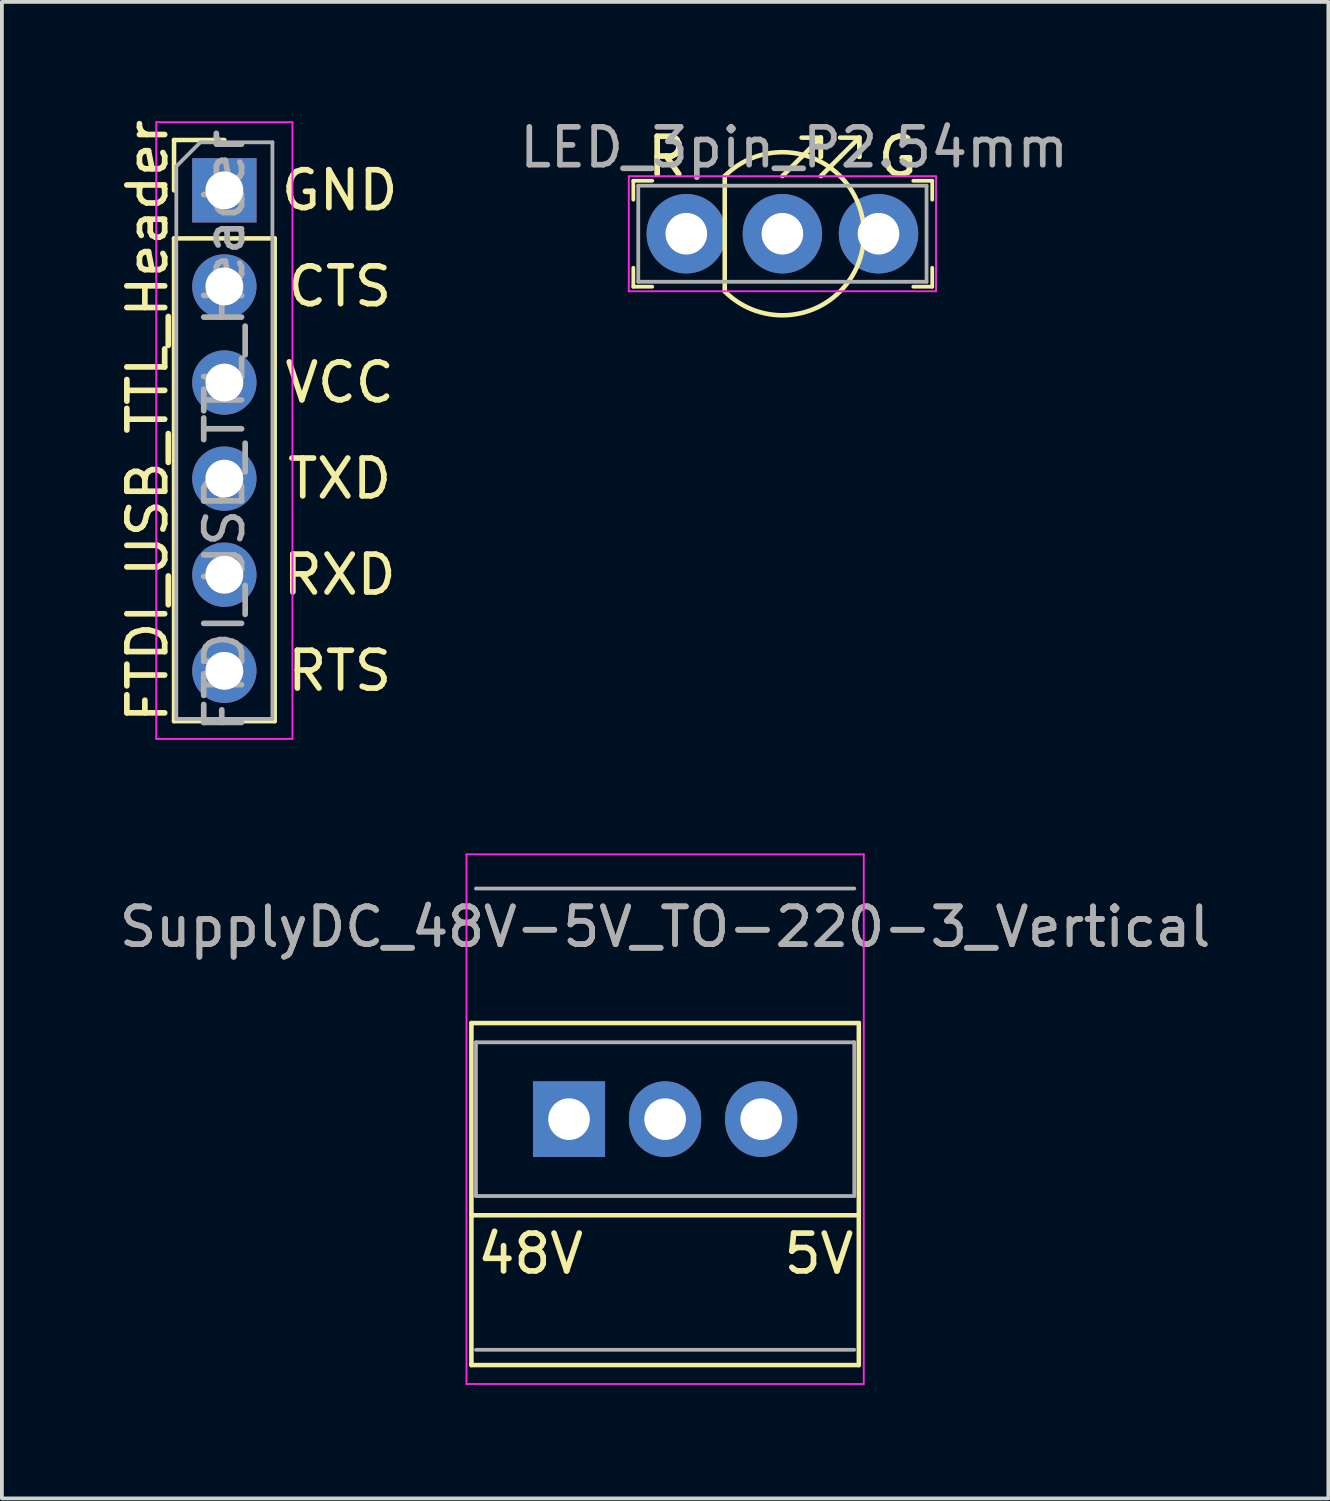
<source format=kicad_pcb>
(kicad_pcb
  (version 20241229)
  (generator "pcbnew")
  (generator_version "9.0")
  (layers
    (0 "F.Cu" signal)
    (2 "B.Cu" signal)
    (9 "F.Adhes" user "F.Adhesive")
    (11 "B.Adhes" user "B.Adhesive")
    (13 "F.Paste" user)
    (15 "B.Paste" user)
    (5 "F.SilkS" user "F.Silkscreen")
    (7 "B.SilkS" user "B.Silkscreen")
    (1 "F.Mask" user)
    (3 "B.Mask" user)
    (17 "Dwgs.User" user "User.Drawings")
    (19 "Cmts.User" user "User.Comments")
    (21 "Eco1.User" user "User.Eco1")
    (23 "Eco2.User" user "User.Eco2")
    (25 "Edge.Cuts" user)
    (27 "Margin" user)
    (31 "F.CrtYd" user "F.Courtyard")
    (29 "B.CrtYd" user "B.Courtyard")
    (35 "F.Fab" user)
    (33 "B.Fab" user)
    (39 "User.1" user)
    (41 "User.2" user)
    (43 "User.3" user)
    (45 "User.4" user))
  (footprint "LED_3pin_P2.54mm"
    (layer "F.Cu")
    (at 15.09 3.128)
    (property "Reference" "LED_3pin_P2.54mm" (at 2.85 -2.28 0) (layer "F.Fab") (effects (font (size 1 1) (thickness 0.15))))
    (attr through_hole)
    (fp_line (start -1.4 -1.4) (end -1.4 -0.9) (stroke (width 0.1) (type solid)) (layer "F.SilkS"))
    (fp_line (start -1.4 -1.4) (end -0.9 -1.4) (stroke (width 0.1) (type solid)) (layer "F.SilkS"))
    (fp_line (start -1.4 1.4) (end -1.4 0.9) (stroke (width 0.1) (type solid)) (layer "F.SilkS"))
    (fp_line (start -1.4 1.4) (end -0.9 1.4) (stroke (width 0.1) (type solid)) (layer "F.SilkS"))
    (fp_line (start 1.016 -1.524) (end 1.016 1.524) (stroke (width 0.12) (type solid)) (layer "F.SilkS"))
    (fp_line (start 3.048 -2.032) (end 2.54 -1.524) (stroke (width 0.12) (type solid)) (layer "F.SilkS"))
    (fp_line (start 3.048 -2.032) (end 3.556 -2.54) (stroke (width 0.12) (type solid)) (layer "F.SilkS"))
    (fp_line (start 3.556 -2.54) (end 3.048 -2.54) (stroke (width 0.12) (type solid)) (layer "F.SilkS"))
    (fp_line (start 3.556 -2.54) (end 3.556 -2.032) (stroke (width 0.12) (type solid)) (layer "F.SilkS"))
    (fp_line (start 3.556 -2.032) (end 3.556 -2.54) (stroke (width 0.12) (type solid)) (layer "F.SilkS"))
    (fp_line (start 4.064 -2.032) (end 3.556 -1.524) (stroke (width 0.12) (type solid)) (layer "F.SilkS"))
    (fp_line (start 4.064 -2.032) (end 4.572 -2.54) (stroke (width 0.12) (type solid)) (layer "F.SilkS"))
    (fp_line (start 4.572 -2.54) (end 4.064 -2.54) (stroke (width 0.12) (type solid)) (layer "F.SilkS"))
    (fp_line (start 4.572 -2.54) (end 4.572 -2.032) (stroke (width 0.12) (type solid)) (layer "F.SilkS"))
    (fp_line (start 4.572 -2.032) (end 4.572 -2.54) (stroke (width 0.12) (type solid)) (layer "F.SilkS"))
    (fp_line (start 6.5 -1.4) (end 6 -1.4) (stroke (width 0.1) (type solid)) (layer "F.SilkS"))
    (fp_line (start 6.5 -1.4) (end 6.5 -0.9) (stroke (width 0.1) (type solid)) (layer "F.SilkS"))
    (fp_line (start 6.5 1.4) (end 6 1.4) (stroke (width 0.1) (type solid)) (layer "F.SilkS"))
    (fp_line (start 6.5 1.4) (end 6.5 0.9) (stroke (width 0.1) (type solid)) (layer "F.SilkS"))
    (fp_arc (start 1.016 -1.524) (mid 4.695261 0) (end 1.016 1.524) (stroke (width 0.12) (type solid)) (layer "F.SilkS"))
    (fp_line (start -1.52 -1.52) (end -1.52 1.52) (stroke (width 0.05) (type solid)) (layer "F.CrtYd"))
    (fp_line (start -1.52 -1.52) (end 6.6 -1.52) (stroke (width 0.05) (type solid)) (layer "F.CrtYd"))
    (fp_line (start -1.52 1.52) (end 6.6 1.52) (stroke (width 0.05) (type solid)) (layer "F.CrtYd"))
    (fp_line (start 6.6 -1.52) (end 6.6 1.52) (stroke (width 0.05) (type solid)) (layer "F.CrtYd"))
    (fp_line (start -1.27 -1.27) (end -1.27 1.27) (stroke (width 0.1) (type solid)) (layer "F.Fab"))
    (fp_line (start -1.27 -1.27) (end 6.35 -1.27) (stroke (width 0.1) (type solid)) (layer "F.Fab"))
    (fp_line (start -1.27 1.27) (end 6.35 1.27) (stroke (width 0.1) (type solid)) (layer "F.Fab"))
    (fp_line (start 6.35 -1.27) (end 6.35 1.27) (stroke (width 0.1) (type solid)) (layer "F.Fab"))
    (fp_text user "R" (at -0.508 -2.032 0) (unlocked yes) (layer "F.SilkS") (effects (font (size 1 1) (thickness 0.15))))
    (fp_text user "G" (at 5.588 -2.032 0) (unlocked yes) (layer "F.SilkS") (effects (font (size 1 1) (thickness 0.15))))
    (pad "1" thru_hole circle (at 0 0) (size 2.1 2.1) (drill 1.1) (layers "*.Cu" "*.Mask"))
    (pad "2" thru_hole circle (at 2.54 0) (size 2.1 2.1) (drill 1.1) (layers "*.Cu" "*.Mask"))
    (pad "3" thru_hole circle (at 5.08 0) (size 2.1 2.1) (drill 1.1) (layers "*.Cu" "*.Mask")))
  (footprint "FTDI_USB_TTL_Header"
    (layer "F.Cu")
    (at 2.88 1.981)
    (property "Reference" "FTDI_USB_TTL_Header" (at -2.032 6.096 90) (layer "F.SilkS") (effects (font (size 1 1) (thickness 0.15))))
    (attr through_hole)
    (fp_line (start -1.33 -1.33) (end 0 -1.33) (stroke (width 0.12) (type solid)) (layer "F.SilkS"))
    (fp_line (start -1.33 0) (end -1.33 -1.33) (stroke (width 0.12) (type solid)) (layer "F.SilkS"))
    (fp_line (start -1.33 1.27) (end -1.33 14.03) (stroke (width 0.12) (type solid)) (layer "F.SilkS"))
    (fp_line (start -1.33 1.27) (end 1.33 1.27) (stroke (width 0.12) (type solid)) (layer "F.SilkS"))
    (fp_line (start -1.33 14.03) (end 1.33 14.03) (stroke (width 0.12) (type solid)) (layer "F.SilkS"))
    (fp_line (start 1.33 1.27) (end 1.33 14.03) (stroke (width 0.12) (type solid)) (layer "F.SilkS"))
    (fp_line (start -1.8 -1.8) (end -1.8 14.5) (stroke (width 0.05) (type solid)) (layer "F.CrtYd"))
    (fp_line (start -1.8 14.5) (end 1.8 14.5) (stroke (width 0.05) (type solid)) (layer "F.CrtYd"))
    (fp_line (start 1.8 -1.8) (end -1.8 -1.8) (stroke (width 0.05) (type solid)) (layer "F.CrtYd"))
    (fp_line (start 1.8 14.5) (end 1.8 -1.8) (stroke (width 0.05) (type solid)) (layer "F.CrtYd"))
    (fp_line (start -1.27 -0.635) (end -0.635 -1.27) (stroke (width 0.1) (type solid)) (layer "F.Fab"))
    (fp_line (start -1.27 13.97) (end -1.27 -0.635) (stroke (width 0.1) (type solid)) (layer "F.Fab"))
    (fp_line (start -0.635 -1.27) (end 1.27 -1.27) (stroke (width 0.1) (type solid)) (layer "F.Fab"))
    (fp_line (start 1.27 -1.27) (end 1.27 13.97) (stroke (width 0.1) (type solid)) (layer "F.Fab"))
    (fp_line (start 1.27 13.97) (end -1.27 13.97) (stroke (width 0.1) (type solid)) (layer "F.Fab"))
    (fp_text user "CTS" (at 3.048 2.54 0) (unlocked yes) (layer "F.SilkS") (effects (font (size 1 1) (thickness 0.15))))
    (fp_text user "RTS" (at 3.048 12.7 0) (unlocked yes) (layer "F.SilkS") (effects (font (size 1 1) (thickness 0.15))))
    (fp_text user "TXD" (at 3.048 7.62 0) (unlocked yes) (layer "F.SilkS") (effects (font (size 1 1) (thickness 0.15))))
    (fp_text user "VCC" (at 3.048 5.08 0) (unlocked yes) (layer "F.SilkS") (effects (font (size 1 1) (thickness 0.15))))
    (fp_text user "GND" (at 3.048 0 0) (unlocked yes) (layer "F.SilkS") (effects (font (size 1 1) (thickness 0.15))))
    (fp_text user "RXD" (at 3.048 10.16 0) (unlocked yes) (layer "F.SilkS") (effects (font (size 1 1) (thickness 0.15))))
    (fp_text user "${REFERENCE}" (at 0 6.35 90) (layer "F.Fab") (effects (font (size 1 1) (thickness 0.15))))
    (pad "1" thru_hole rect (at 0 0) (size 1.7 1.7) (drill 1) (layers "*.Cu" "*.Mask"))
    (pad "2" thru_hole oval (at 0 2.54) (size 1.7 1.7) (drill 1) (layers "*.Cu" "*.Mask"))
    (pad "3" thru_hole oval (at 0 5.08) (size 1.7 1.7) (drill 1) (layers "*.Cu" "*.Mask"))
    (pad "4" thru_hole oval (at 0 7.62) (size 1.7 1.7) (drill 1) (layers "*.Cu" "*.Mask"))
    (pad "5" thru_hole oval (at 0 10.16) (size 1.7 1.7) (drill 1) (layers "*.Cu" "*.Mask"))
    (pad "6" thru_hole oval (at 0 12.7) (size 1.7 1.7) (drill 1) (layers "*.Cu" "*.Mask")))
  (footprint "SupplyDC_48V-5V_TO-220-3_Vertical"
    (layer "F.Cu")
    (at 11.99 26.531)
    (property "Reference" "SupplyDC_48V-5V_TO-220-3_Vertical" (at 2.54 -5.08 0) (layer "F.Fab") (effects (font (size 1 1) (thickness 0.15))))
    (attr through_hole)
    (fp_line (start -2.58 -2.54) (end -2.58 6.5) (stroke (width 0.12) (type solid)) (layer "F.SilkS"))
    (fp_line (start -2.58 -2.54) (end 7.66 -2.54) (stroke (width 0.12) (type solid)) (layer "F.SilkS"))
    (fp_line (start -2.58 2.54) (end 7.66 2.54) (stroke (width 0.12) (type solid)) (layer "F.SilkS"))
    (fp_line (start -2.58 6.5) (end 7.66 6.5) (stroke (width 0.12) (type solid)) (layer "F.SilkS"))
    (fp_line (start 7.66 -2.54) (end 7.66 6.5) (stroke (width 0.12) (type solid)) (layer "F.SilkS"))
    (fp_line (start -2.71 -7) (end -2.71 7) (stroke (width 0.05) (type solid)) (layer "F.CrtYd"))
    (fp_line (start -2.71 7) (end 7.79 7) (stroke (width 0.05) (type solid)) (layer "F.CrtYd"))
    (fp_line (start 7.79 -7) (end -2.71 -7) (stroke (width 0.05) (type solid)) (layer "F.CrtYd"))
    (fp_line (start 7.79 7) (end 7.79 -7) (stroke (width 0.05) (type solid)) (layer "F.CrtYd"))
    (fp_line (start -2.46 -2.032) (end -2.46 2.032) (stroke (width 0.1) (type solid)) (layer "F.Fab"))
    (fp_line (start -2.46 -2.032) (end 7.54 -2.032) (stroke (width 0.1) (type solid)) (layer "F.Fab"))
    (fp_line (start -2.46 2.032) (end 7.54 2.032) (stroke (width 0.1) (type solid)) (layer "F.Fab"))
    (fp_line (start 7.54 -6.096) (end -2.46 -6.096) (stroke (width 0.1) (type solid)) (layer "F.Fab"))
    (fp_line (start 7.54 2.032) (end 7.54 -2.032) (stroke (width 0.1) (type solid)) (layer "F.Fab"))
    (fp_line (start 7.54 6.096) (end -2.46 6.096) (stroke (width 0.1) (type solid)) (layer "F.Fab"))
    (fp_text user "48V" (at -1.016 3.556 0) (unlocked yes) (layer "F.SilkS") (effects (font (size 1 1) (thickness 0.15))))
    (fp_text user "5V" (at 6.604 3.556 0) (unlocked yes) (layer "F.SilkS") (effects (font (size 1 1) (thickness 0.15))))
    (fp_text user "${REFERENCE}" (at 2.54 -5.08 0) (layer "F.Fab") (effects (font (size 1 1) (thickness 0.15))))
    (pad "1" thru_hole rect (at 0 0) (size 1.905 2) (drill 1.1) (layers "*.Cu" "*.Mask"))
    (pad "2" thru_hole oval (at 2.54 0) (size 1.905 2) (drill 1.1) (layers "*.Cu" "*.Mask"))
    (pad "3" thru_hole oval (at 5.08 0) (size 1.905 2) (drill 1.1) (layers "*.Cu" "*.Mask")))
  (gr_rect
    (start -3 -3)
    (end 32.06 36.556)
    (stroke (width 0.1) (type default))
    (fill no)
    (layer "Edge.Cuts")))
</source>
